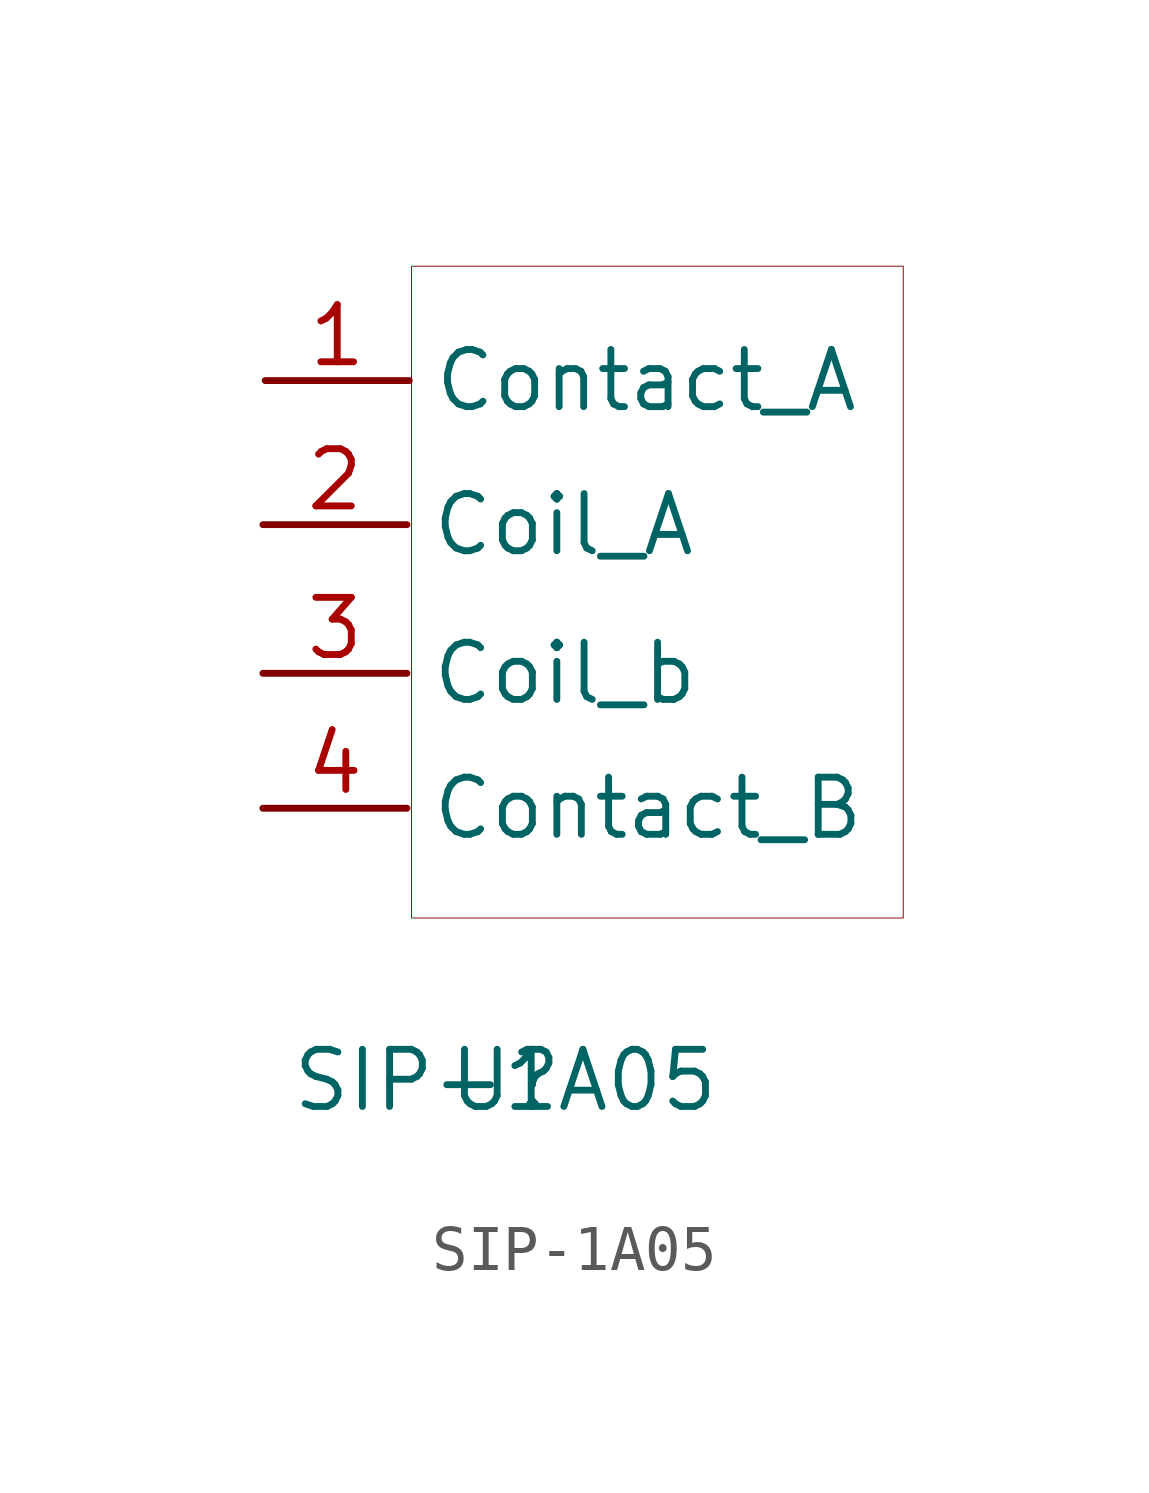
<source format=kicad_sym>
(kicad_symbol_lib
  (version 20201005)
  (generator kicad_symbol_editor)
  (symbol "Relay:SIP-1A05"
    (property "Reference" "U"
      (at 0 0 0)
      (effects (font (size 1.27 1.27))))
    (property "Value" "SIP-1A05"
      (at 0 0 0)
      (effects (font (size 1.27 1.27))))
    (symbol "SIP-1A05_0_1"
      (rectangle (start -2.083 18.085) (end 8.839 3.607) (stroke (width 0.001)) (fill (type none))))
    (symbol "SIP-1A05_1_1"
      (pin bidirectional line (at -5.334 15.545 0) (length 3.2) (name "Contact_A" (effects (font (size 1.27 1.27)))) (number "1" (effects (font (size 1.27 1.27)))))
      (pin bidirectional line (at -5.385 12.344 0) (length 3.2) (name "Coil_A" (effects (font (size 1.27 1.27)))) (number "2" (effects (font (size 1.27 1.27)))))
      (pin bidirectional line (at -5.385 6.045 0) (length 3.2) (name "Contact_B" (effects (font (size 1.27 1.27)))) (number "4" (effects (font (size 1.27 1.27)))))
      (pin bidirectional line (at -5.385 9.042 0) (length 3.2) (name "Coil_b" (effects (font (size 1.27 1.27)))) (number "3" (effects (font (size 1.27 1.27))))))))
</source>
